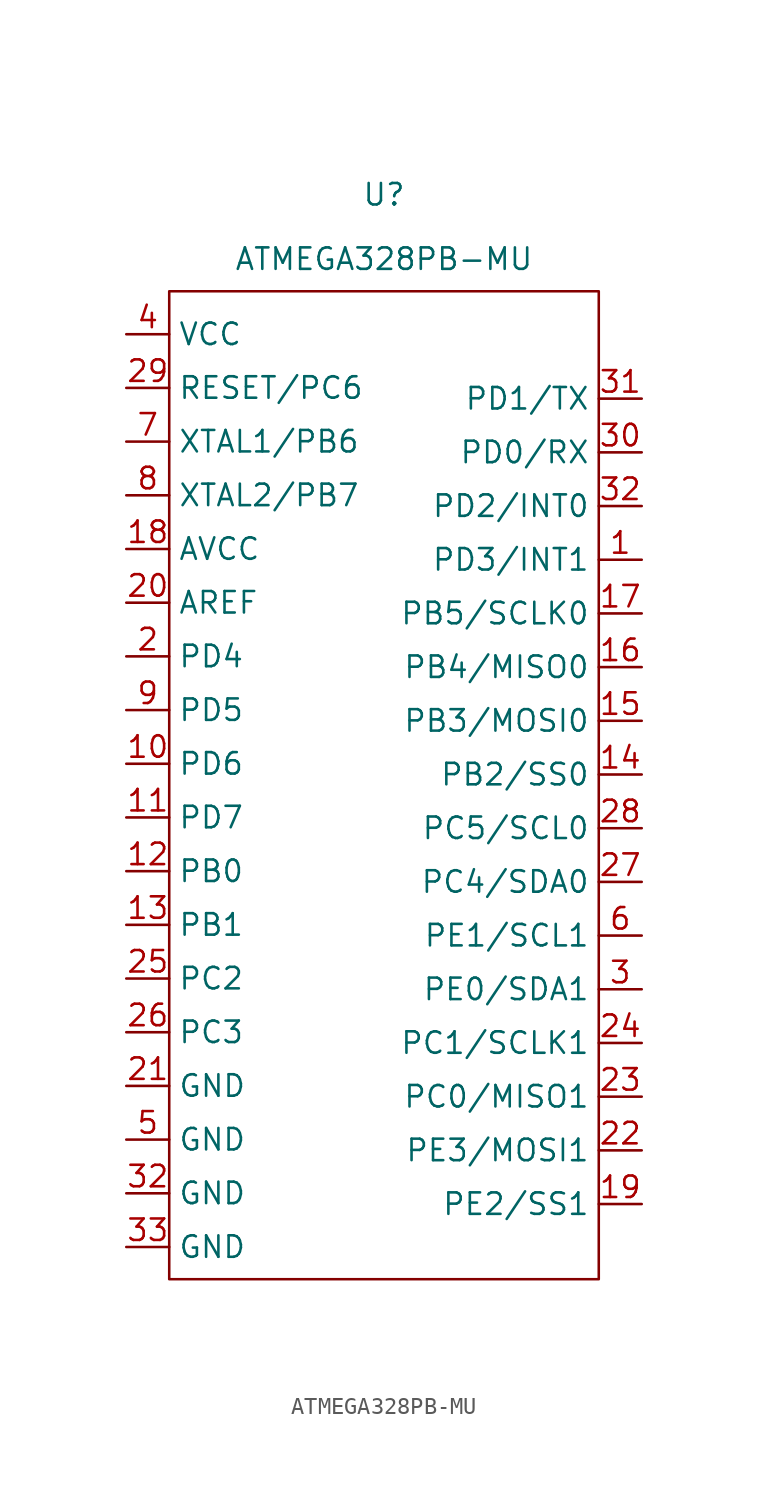
<source format=kicad_sym>
(kicad_symbol_lib
  (version 20211014)
  (generator kicad_symbol_editor)
  (symbol "ATMEGA328PB-MU"
    (property "Reference" "U"
      (at 11.43 -1.905 0)
      (effects (font (size 1.27 1.27))))
    (property "Value" "ATMEGA328PB-MU"
      (at 11.43 -5.715 0)
      (effects (font (size 1.27 1.27))))
    (symbol "ATMEGA328PB-MU_0_1"
      (rectangle (start -1.27 -7.62) (end 24.13 -66.04) (stroke (width 0.152) (type default) (color 0 0 0 0)) (fill (type none))))
    (symbol "ATMEGA328PB-MU_1_1"
      (pin input line (at 26.67 -23.495 180) (length 2.54) (name "PD3/INT1" (effects (font (size 1.27 1.27)))) (number "1" (effects (font (size 1.27 1.27)))))
      (pin input line (at -3.81 -35.56 0) (length 2.54) (name "PD6" (effects (font (size 1.27 1.27)))) (number "10" (effects (font (size 1.27 1.27)))))
      (pin input line (at -3.81 -38.735 0) (length 2.54) (name "PD7" (effects (font (size 1.27 1.27)))) (number "11" (effects (font (size 1.27 1.27)))))
      (pin input line (at -3.81 -41.91 0) (length 2.54) (name "PB0" (effects (font (size 1.27 1.27)))) (number "12" (effects (font (size 1.27 1.27)))))
      (pin input line (at -3.81 -45.085 0) (length 2.54) (name "PB1" (effects (font (size 1.27 1.27)))) (number "13" (effects (font (size 1.27 1.27)))))
      (pin input line (at 26.67 -36.195 180) (length 2.54) (name "PB2/SS0" (effects (font (size 1.27 1.27)))) (number "14" (effects (font (size 1.27 1.27)))))
      (pin input line (at 26.67 -33.02 180) (length 2.54) (name "PB3/MOSI0" (effects (font (size 1.27 1.27)))) (number "15" (effects (font (size 1.27 1.27)))))
      (pin input line (at 26.67 -29.845 180) (length 2.54) (name "PB4/MISO0" (effects (font (size 1.27 1.27)))) (number "16" (effects (font (size 1.27 1.27)))))
      (pin input line (at 26.67 -26.67 180) (length 2.54) (name "PB5/SCLK0" (effects (font (size 1.27 1.27)))) (number "17" (effects (font (size 1.27 1.27)))))
      (pin input line (at -3.81 -22.86 0) (length 2.54) (name "AVCC" (effects (font (size 1.27 1.27)))) (number "18" (effects (font (size 1.27 1.27)))))
      (pin input line (at 26.67 -61.595 180) (length 2.54) (name "PE2/SS1" (effects (font (size 1.27 1.27)))) (number "19" (effects (font (size 1.27 1.27)))))
      (pin input line (at -3.81 -29.21 0) (length 2.54) (name "PD4" (effects (font (size 1.27 1.27)))) (number "2" (effects (font (size 1.27 1.27)))))
      (pin input line (at -3.81 -26.035 0) (length 2.54) (name "AREF" (effects (font (size 1.27 1.27)))) (number "20" (effects (font (size 1.27 1.27)))))
      (pin input line (at -3.81 -54.61 0) (length 2.54) (name "GND" (effects (font (size 1.27 1.27)))) (number "21" (effects (font (size 1.27 1.27)))))
      (pin input line (at 26.67 -58.42 180) (length 2.54) (name "PE3/MOSI1" (effects (font (size 1.27 1.27)))) (number "22" (effects (font (size 1.27 1.27)))))
      (pin input line (at 26.67 -55.245 180) (length 2.54) (name "PC0/MISO1" (effects (font (size 1.27 1.27)))) (number "23" (effects (font (size 1.27 1.27)))))
      (pin input line (at 26.67 -52.07 180) (length 2.54) (name "PC1/SCLK1" (effects (font (size 1.27 1.27)))) (number "24" (effects (font (size 1.27 1.27)))))
      (pin input line (at -3.81 -48.26 0) (length 2.54) (name "PC2" (effects (font (size 1.27 1.27)))) (number "25" (effects (font (size 1.27 1.27)))))
      (pin input line (at -3.81 -51.435 0) (length 2.54) (name "PC3" (effects (font (size 1.27 1.27)))) (number "26" (effects (font (size 1.27 1.27)))))
      (pin input line (at 26.67 -42.545 180) (length 2.54) (name "PC4/SDA0" (effects (font (size 1.27 1.27)))) (number "27" (effects (font (size 1.27 1.27)))))
      (pin input line (at 26.67 -39.37 180) (length 2.54) (name "PC5/SCL0" (effects (font (size 1.27 1.27)))) (number "28" (effects (font (size 1.27 1.27)))))
      (pin input line (at -3.81 -13.335 0) (length 2.54) (name "RESET/PC6" (effects (font (size 1.27 1.27)))) (number "29" (effects (font (size 1.27 1.27)))))
      (pin input line (at 26.67 -48.895 180) (length 2.54) (name "PE0/SDA1" (effects (font (size 1.27 1.27)))) (number "3" (effects (font (size 1.27 1.27)))))
      (pin input line (at 26.67 -17.145 180) (length 2.54) (name "PD0/RX" (effects (font (size 1.27 1.27)))) (number "30" (effects (font (size 1.27 1.27)))))
      (pin input line (at 26.67 -13.97 180) (length 2.54) (name "PD1/TX" (effects (font (size 1.27 1.27)))) (number "31" (effects (font (size 1.27 1.27)))))
      (pin input line (at -3.81 -60.96 0) (length 2.54) (name "GND" (effects (font (size 1.27 1.27)))) (number "32" (effects (font (size 1.27 1.27)))))
      (pin input line (at 26.67 -20.32 180) (length 2.54) (name "PD2/INT0" (effects (font (size 1.27 1.27)))) (number "32" (effects (font (size 1.27 1.27)))))
      (pin input line (at -3.81 -64.135 0) (length 2.54) (name "GND" (effects (font (size 1.27 1.27)))) (number "33" (effects (font (size 1.27 1.27)))))
      (pin input line (at -3.81 -10.16 0) (length 2.54) (name "VCC" (effects (font (size 1.27 1.27)))) (number "4" (effects (font (size 1.27 1.27)))))
      (pin input line (at -3.81 -57.785 0) (length 2.54) (name "GND" (effects (font (size 1.27 1.27)))) (number "5" (effects (font (size 1.27 1.27)))))
      (pin input line (at 26.67 -45.72 180) (length 2.54) (name "PE1/SCL1" (effects (font (size 1.27 1.27)))) (number "6" (effects (font (size 1.27 1.27)))))
      (pin input line (at -3.81 -16.51 0) (length 2.54) (name "XTAL1/PB6" (effects (font (size 1.27 1.27)))) (number "7" (effects (font (size 1.27 1.27)))))
      (pin input line (at -3.81 -19.685 0) (length 2.54) (name "XTAL2/PB7" (effects (font (size 1.27 1.27)))) (number "8" (effects (font (size 1.27 1.27)))))
      (pin input line (at -3.81 -32.385 0) (length 2.54) (name "PD5" (effects (font (size 1.27 1.27)))) (number "9" (effects (font (size 1.27 1.27))))))))
</source>
